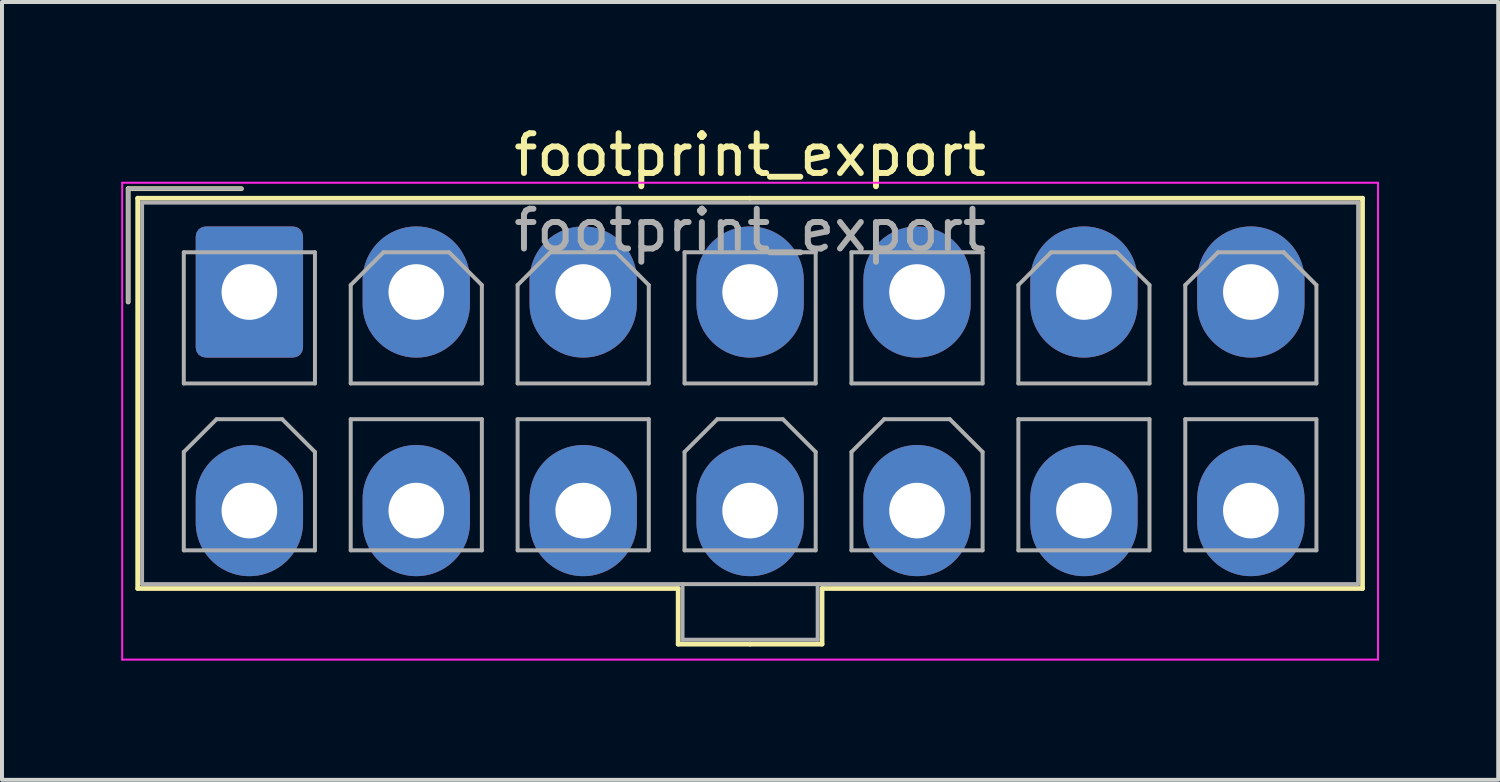
<source format=kicad_pcb>
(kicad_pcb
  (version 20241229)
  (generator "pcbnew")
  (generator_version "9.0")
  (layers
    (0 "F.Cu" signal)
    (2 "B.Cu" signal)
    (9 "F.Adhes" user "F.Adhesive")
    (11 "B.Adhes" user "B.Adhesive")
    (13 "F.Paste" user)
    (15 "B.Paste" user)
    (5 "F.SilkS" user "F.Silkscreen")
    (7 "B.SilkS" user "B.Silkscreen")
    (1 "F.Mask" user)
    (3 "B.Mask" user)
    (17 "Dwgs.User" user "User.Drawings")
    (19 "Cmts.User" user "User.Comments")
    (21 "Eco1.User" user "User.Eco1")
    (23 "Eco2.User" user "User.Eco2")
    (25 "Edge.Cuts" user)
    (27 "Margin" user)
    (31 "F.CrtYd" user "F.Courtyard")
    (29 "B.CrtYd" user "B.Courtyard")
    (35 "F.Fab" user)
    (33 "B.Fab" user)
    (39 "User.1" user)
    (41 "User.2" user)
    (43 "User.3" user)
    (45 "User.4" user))
  (footprint "footprint_export"
    (layer "F.Cu")
    (at 3.225 4.298)
    (property "Reference" "footprint_export" (at 12.6 -3.45 0) (layer "F.SilkS") (effects (font (size 1 1) (thickness 0.15))))
    (attr through_hole)
    (fp_line (start -3.05 -2.6) (end -3.05 0.25) (stroke (width 0.12) (type solid)) (layer "F.SilkS"))
    (fp_line (start -2.81 -2.36) (end -2.81 7.46) (stroke (width 0.12) (type solid)) (layer "F.SilkS"))
    (fp_line (start -2.81 7.46) (end 10.79 7.46) (stroke (width 0.12) (type solid)) (layer "F.SilkS"))
    (fp_line (start -0.2 -2.6) (end -3.05 -2.6) (stroke (width 0.12) (type solid)) (layer "F.SilkS"))
    (fp_line (start 10.79 7.46) (end 10.79 8.86) (stroke (width 0.12) (type solid)) (layer "F.SilkS"))
    (fp_line (start 10.79 8.86) (end 12.6 8.86) (stroke (width 0.12) (type solid)) (layer "F.SilkS"))
    (fp_line (start 12.6 -2.36) (end -2.81 -2.36) (stroke (width 0.12) (type solid)) (layer "F.SilkS"))
    (fp_line (start 12.6 -2.36) (end 28.01 -2.36) (stroke (width 0.12) (type solid)) (layer "F.SilkS"))
    (fp_line (start 14.41 7.46) (end 14.41 8.86) (stroke (width 0.12) (type solid)) (layer "F.SilkS"))
    (fp_line (start 14.41 8.86) (end 12.6 8.86) (stroke (width 0.12) (type solid)) (layer "F.SilkS"))
    (fp_line (start 28.01 -2.36) (end 28.01 7.46) (stroke (width 0.12) (type solid)) (layer "F.SilkS"))
    (fp_line (start 28.01 7.46) (end 14.41 7.46) (stroke (width 0.12) (type solid)) (layer "F.SilkS"))
    (fp_line (start -3.2 -2.75) (end -3.2 9.25) (stroke (width 0.05) (type solid)) (layer "F.CrtYd"))
    (fp_line (start -3.2 9.25) (end 28.4 9.25) (stroke (width 0.05) (type solid)) (layer "F.CrtYd"))
    (fp_line (start 28.4 -2.75) (end -3.2 -2.75) (stroke (width 0.05) (type solid)) (layer "F.CrtYd"))
    (fp_line (start 28.4 9.25) (end 28.4 -2.75) (stroke (width 0.05) (type solid)) (layer "F.CrtYd"))
    (fp_line (start -3.05 -2.6) (end -3.05 0.25) (stroke (width 0.1) (type solid)) (layer "F.Fab"))
    (fp_line (start -2.7 -2.25) (end -2.7 7.35) (stroke (width 0.1) (type solid)) (layer "F.Fab"))
    (fp_line (start -2.7 7.35) (end 27.9 7.35) (stroke (width 0.1) (type solid)) (layer "F.Fab"))
    (fp_line (start -1.65 -1) (end -1.65 2.3) (stroke (width 0.1) (type solid)) (layer "F.Fab"))
    (fp_line (start -1.65 2.3) (end 1.65 2.3) (stroke (width 0.1) (type solid)) (layer "F.Fab"))
    (fp_line (start -1.65 4.025) (end -0.825 3.2) (stroke (width 0.1) (type solid)) (layer "F.Fab"))
    (fp_line (start -1.65 6.5) (end -1.65 4.025) (stroke (width 0.1) (type solid)) (layer "F.Fab"))
    (fp_line (start -0.825 3.2) (end 0.825 3.2) (stroke (width 0.1) (type solid)) (layer "F.Fab"))
    (fp_line (start -0.2 -2.6) (end -3.05 -2.6) (stroke (width 0.1) (type solid)) (layer "F.Fab"))
    (fp_line (start 0.825 3.2) (end 1.65 4.025) (stroke (width 0.1) (type solid)) (layer "F.Fab"))
    (fp_line (start 1.65 -1) (end -1.65 -1) (stroke (width 0.1) (type solid)) (layer "F.Fab"))
    (fp_line (start 1.65 2.3) (end 1.65 -1) (stroke (width 0.1) (type solid)) (layer "F.Fab"))
    (fp_line (start 1.65 4.025) (end 1.65 6.5) (stroke (width 0.1) (type solid)) (layer "F.Fab"))
    (fp_line (start 1.65 6.5) (end -1.65 6.5) (stroke (width 0.1) (type solid)) (layer "F.Fab"))
    (fp_line (start 2.55 -0.175) (end 3.375 -1) (stroke (width 0.1) (type solid)) (layer "F.Fab"))
    (fp_line (start 2.55 2.3) (end 2.55 -0.175) (stroke (width 0.1) (type solid)) (layer "F.Fab"))
    (fp_line (start 2.55 3.2) (end 2.55 6.5) (stroke (width 0.1) (type solid)) (layer "F.Fab"))
    (fp_line (start 2.55 6.5) (end 5.85 6.5) (stroke (width 0.1) (type solid)) (layer "F.Fab"))
    (fp_line (start 3.375 -1) (end 5.025 -1) (stroke (width 0.1) (type solid)) (layer "F.Fab"))
    (fp_line (start 5.025 -1) (end 5.85 -0.175) (stroke (width 0.1) (type solid)) (layer "F.Fab"))
    (fp_line (start 5.85 -0.175) (end 5.85 2.3) (stroke (width 0.1) (type solid)) (layer "F.Fab"))
    (fp_line (start 5.85 2.3) (end 2.55 2.3) (stroke (width 0.1) (type solid)) (layer "F.Fab"))
    (fp_line (start 5.85 3.2) (end 2.55 3.2) (stroke (width 0.1) (type solid)) (layer "F.Fab"))
    (fp_line (start 5.85 6.5) (end 5.85 3.2) (stroke (width 0.1) (type solid)) (layer "F.Fab"))
    (fp_line (start 6.75 -0.175) (end 7.575 -1) (stroke (width 0.1) (type solid)) (layer "F.Fab"))
    (fp_line (start 6.75 2.3) (end 6.75 -0.175) (stroke (width 0.1) (type solid)) (layer "F.Fab"))
    (fp_line (start 6.75 3.2) (end 6.75 6.5) (stroke (width 0.1) (type solid)) (layer "F.Fab"))
    (fp_line (start 6.75 6.5) (end 10.05 6.5) (stroke (width 0.1) (type solid)) (layer "F.Fab"))
    (fp_line (start 7.575 -1) (end 9.225 -1) (stroke (width 0.1) (type solid)) (layer "F.Fab"))
    (fp_line (start 9.225 -1) (end 10.05 -0.175) (stroke (width 0.1) (type solid)) (layer "F.Fab"))
    (fp_line (start 10.05 -0.175) (end 10.05 2.3) (stroke (width 0.1) (type solid)) (layer "F.Fab"))
    (fp_line (start 10.05 2.3) (end 6.75 2.3) (stroke (width 0.1) (type solid)) (layer "F.Fab"))
    (fp_line (start 10.05 3.2) (end 6.75 3.2) (stroke (width 0.1) (type solid)) (layer "F.Fab"))
    (fp_line (start 10.05 6.5) (end 10.05 3.2) (stroke (width 0.1) (type solid)) (layer "F.Fab"))
    (fp_line (start 10.9 7.35) (end 10.9 8.75) (stroke (width 0.1) (type solid)) (layer "F.Fab"))
    (fp_line (start 10.9 8.75) (end 14.3 8.75) (stroke (width 0.1) (type solid)) (layer "F.Fab"))
    (fp_line (start 10.95 -1) (end 10.95 2.3) (stroke (width 0.1) (type solid)) (layer "F.Fab"))
    (fp_line (start 10.95 2.3) (end 14.25 2.3) (stroke (width 0.1) (type solid)) (layer "F.Fab"))
    (fp_line (start 10.95 4.025) (end 11.775 3.2) (stroke (width 0.1) (type solid)) (layer "F.Fab"))
    (fp_line (start 10.95 6.5) (end 10.95 4.025) (stroke (width 0.1) (type solid)) (layer "F.Fab"))
    (fp_line (start 11.775 3.2) (end 13.425 3.2) (stroke (width 0.1) (type solid)) (layer "F.Fab"))
    (fp_line (start 13.425 3.2) (end 14.25 4.025) (stroke (width 0.1) (type solid)) (layer "F.Fab"))
    (fp_line (start 14.25 -1) (end 10.95 -1) (stroke (width 0.1) (type solid)) (layer "F.Fab"))
    (fp_line (start 14.25 2.3) (end 14.25 -1) (stroke (width 0.1) (type solid)) (layer "F.Fab"))
    (fp_line (start 14.25 4.025) (end 14.25 6.5) (stroke (width 0.1) (type solid)) (layer "F.Fab"))
    (fp_line (start 14.25 6.5) (end 10.95 6.5) (stroke (width 0.1) (type solid)) (layer "F.Fab"))
    (fp_line (start 14.3 8.75) (end 14.3 7.35) (stroke (width 0.1) (type solid)) (layer "F.Fab"))
    (fp_line (start 15.15 -1) (end 15.15 2.3) (stroke (width 0.1) (type solid)) (layer "F.Fab"))
    (fp_line (start 15.15 2.3) (end 18.45 2.3) (stroke (width 0.1) (type solid)) (layer "F.Fab"))
    (fp_line (start 15.15 4.025) (end 15.975 3.2) (stroke (width 0.1) (type solid)) (layer "F.Fab"))
    (fp_line (start 15.15 6.5) (end 15.15 4.025) (stroke (width 0.1) (type solid)) (layer "F.Fab"))
    (fp_line (start 15.975 3.2) (end 17.625 3.2) (stroke (width 0.1) (type solid)) (layer "F.Fab"))
    (fp_line (start 17.625 3.2) (end 18.45 4.025) (stroke (width 0.1) (type solid)) (layer "F.Fab"))
    (fp_line (start 18.45 -1) (end 15.15 -1) (stroke (width 0.1) (type solid)) (layer "F.Fab"))
    (fp_line (start 18.45 2.3) (end 18.45 -1) (stroke (width 0.1) (type solid)) (layer "F.Fab"))
    (fp_line (start 18.45 4.025) (end 18.45 6.5) (stroke (width 0.1) (type solid)) (layer "F.Fab"))
    (fp_line (start 18.45 6.5) (end 15.15 6.5) (stroke (width 0.1) (type solid)) (layer "F.Fab"))
    (fp_line (start 19.35 -0.175) (end 20.175 -1) (stroke (width 0.1) (type solid)) (layer "F.Fab"))
    (fp_line (start 19.35 2.3) (end 19.35 -0.175) (stroke (width 0.1) (type solid)) (layer "F.Fab"))
    (fp_line (start 19.35 3.2) (end 19.35 6.5) (stroke (width 0.1) (type solid)) (layer "F.Fab"))
    (fp_line (start 19.35 6.5) (end 22.65 6.5) (stroke (width 0.1) (type solid)) (layer "F.Fab"))
    (fp_line (start 20.175 -1) (end 21.825 -1) (stroke (width 0.1) (type solid)) (layer "F.Fab"))
    (fp_line (start 21.825 -1) (end 22.65 -0.175) (stroke (width 0.1) (type solid)) (layer "F.Fab"))
    (fp_line (start 22.65 -0.175) (end 22.65 2.3) (stroke (width 0.1) (type solid)) (layer "F.Fab"))
    (fp_line (start 22.65 2.3) (end 19.35 2.3) (stroke (width 0.1) (type solid)) (layer "F.Fab"))
    (fp_line (start 22.65 3.2) (end 19.35 3.2) (stroke (width 0.1) (type solid)) (layer "F.Fab"))
    (fp_line (start 22.65 6.5) (end 22.65 3.2) (stroke (width 0.1) (type solid)) (layer "F.Fab"))
    (fp_line (start 23.55 -0.175) (end 24.375 -1) (stroke (width 0.1) (type solid)) (layer "F.Fab"))
    (fp_line (start 23.55 2.3) (end 23.55 -0.175) (stroke (width 0.1) (type solid)) (layer "F.Fab"))
    (fp_line (start 23.55 3.2) (end 23.55 6.5) (stroke (width 0.1) (type solid)) (layer "F.Fab"))
    (fp_line (start 23.55 6.5) (end 26.85 6.5) (stroke (width 0.1) (type solid)) (layer "F.Fab"))
    (fp_line (start 24.375 -1) (end 26.025 -1) (stroke (width 0.1) (type solid)) (layer "F.Fab"))
    (fp_line (start 26.025 -1) (end 26.85 -0.175) (stroke (width 0.1) (type solid)) (layer "F.Fab"))
    (fp_line (start 26.85 -0.175) (end 26.85 2.3) (stroke (width 0.1) (type solid)) (layer "F.Fab"))
    (fp_line (start 26.85 2.3) (end 23.55 2.3) (stroke (width 0.1) (type solid)) (layer "F.Fab"))
    (fp_line (start 26.85 3.2) (end 23.55 3.2) (stroke (width 0.1) (type solid)) (layer "F.Fab"))
    (fp_line (start 26.85 6.5) (end 26.85 3.2) (stroke (width 0.1) (type solid)) (layer "F.Fab"))
    (fp_line (start 27.9 -2.25) (end -2.7 -2.25) (stroke (width 0.1) (type solid)) (layer "F.Fab"))
    (fp_line (start 27.9 7.35) (end 27.9 -2.25) (stroke (width 0.1) (type solid)) (layer "F.Fab"))
    (fp_text user "${REFERENCE}" (at 12.6 -1.55 0) (layer "F.Fab") (effects (font (size 1 1) (thickness 0.15))))
    (pad "1" thru_hole roundrect (at 0 0) (size 2.7 3.3) (drill 1.4) (layers "*.Cu" "*.Mask") (roundrect_rratio 0.093))
    (pad "2" thru_hole oval (at 4.2 0) (size 2.7 3.3) (drill 1.4) (layers "*.Cu" "*.Mask"))
    (pad "3" thru_hole oval (at 8.4 0) (size 2.7 3.3) (drill 1.4) (layers "*.Cu" "*.Mask"))
    (pad "4" thru_hole oval (at 12.6 0) (size 2.7 3.3) (drill 1.4) (layers "*.Cu" "*.Mask"))
    (pad "5" thru_hole oval (at 16.8 0) (size 2.7 3.3) (drill 1.4) (layers "*.Cu" "*.Mask"))
    (pad "6" thru_hole oval (at 21 0) (size 2.7 3.3) (drill 1.4) (layers "*.Cu" "*.Mask"))
    (pad "7" thru_hole oval (at 25.2 0) (size 2.7 3.3) (drill 1.4) (layers "*.Cu" "*.Mask"))
    (pad "8" thru_hole oval (at 0 5.5) (size 2.7 3.3) (drill 1.4) (layers "*.Cu" "*.Mask"))
    (pad "9" thru_hole oval (at 4.2 5.5) (size 2.7 3.3) (drill 1.4) (layers "*.Cu" "*.Mask"))
    (pad "10" thru_hole oval (at 8.4 5.5) (size 2.7 3.3) (drill 1.4) (layers "*.Cu" "*.Mask"))
    (pad "11" thru_hole oval (at 12.6 5.5) (size 2.7 3.3) (drill 1.4) (layers "*.Cu" "*.Mask"))
    (pad "12" thru_hole oval (at 16.8 5.5) (size 2.7 3.3) (drill 1.4) (layers "*.Cu" "*.Mask"))
    (pad "13" thru_hole oval (at 21 5.5) (size 2.7 3.3) (drill 1.4) (layers "*.Cu" "*.Mask"))
    (pad "14" thru_hole oval (at 25.2 5.5) (size 2.7 3.3) (drill 1.4) (layers "*.Cu" "*.Mask")))
  (gr_rect
    (start -3 -3)
    (end 34.65 16.573)
    (stroke (width 0.1) (type default))
    (fill no)
    (layer "Edge.Cuts")))
</source>
